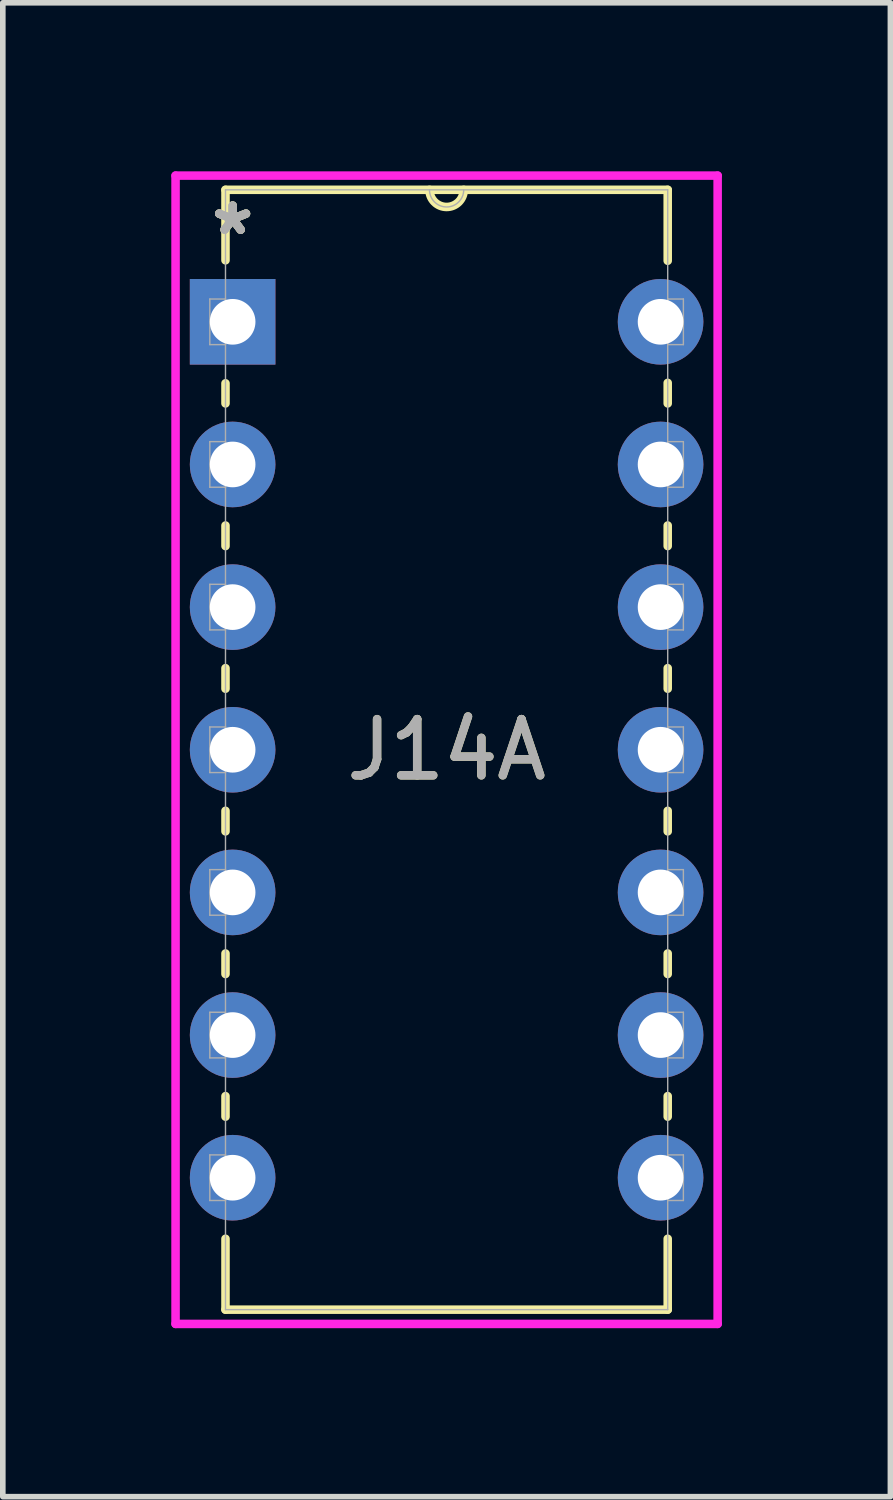
<source format=kicad_pcb>
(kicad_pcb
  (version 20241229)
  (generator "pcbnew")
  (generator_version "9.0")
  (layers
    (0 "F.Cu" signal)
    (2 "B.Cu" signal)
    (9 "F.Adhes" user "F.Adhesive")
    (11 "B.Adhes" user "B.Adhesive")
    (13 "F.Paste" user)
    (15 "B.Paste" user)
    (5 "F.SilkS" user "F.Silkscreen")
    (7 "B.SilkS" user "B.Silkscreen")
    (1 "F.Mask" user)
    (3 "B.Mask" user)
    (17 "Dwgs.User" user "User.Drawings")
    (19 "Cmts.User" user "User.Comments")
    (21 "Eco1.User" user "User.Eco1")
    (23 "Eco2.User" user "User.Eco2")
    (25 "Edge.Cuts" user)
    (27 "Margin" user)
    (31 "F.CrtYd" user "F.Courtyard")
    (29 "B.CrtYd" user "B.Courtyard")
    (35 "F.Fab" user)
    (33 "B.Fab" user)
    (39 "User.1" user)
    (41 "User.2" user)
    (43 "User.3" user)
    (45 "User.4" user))
  (footprint "J14A"
    (layer "F.Cu")
    (at 8.712 17.92)
    (property "Reference" "J14A" (at -3.81 -7.62 0) (unlocked yes) (layer "F.SilkS") (effects (font (size 1 1) (thickness 0.15))))
    (attr through_hole)
    (fp_line (start -7.747 -17.59) (end -7.747 -16.335) (stroke (width 0.152) (type solid)) (layer "F.SilkS"))
    (fp_line (start -7.747 -14.145) (end -7.747 -13.787) (stroke (width 0.152) (type solid)) (layer "F.SilkS"))
    (fp_line (start -7.747 -11.613) (end -7.747 -11.247) (stroke (width 0.152) (type solid)) (layer "F.SilkS"))
    (fp_line (start -7.747 -9.073) (end -7.747 -8.707) (stroke (width 0.152) (type solid)) (layer "F.SilkS"))
    (fp_line (start -7.747 -6.533) (end -7.747 -6.167) (stroke (width 0.152) (type solid)) (layer "F.SilkS"))
    (fp_line (start -7.747 -3.993) (end -7.747 -3.627) (stroke (width 0.152) (type solid)) (layer "F.SilkS"))
    (fp_line (start -7.747 -1.453) (end -7.747 -1.087) (stroke (width 0.152) (type solid)) (layer "F.SilkS"))
    (fp_line (start -7.747 1.087) (end -7.747 2.349) (stroke (width 0.152) (type solid)) (layer "F.SilkS"))
    (fp_line (start -7.747 2.349) (end 0.127 2.349) (stroke (width 0.152) (type solid)) (layer "F.SilkS"))
    (fp_line (start 0.127 -17.59) (end -7.747 -17.59) (stroke (width 0.152) (type solid)) (layer "F.SilkS"))
    (fp_line (start 0.127 -16.327) (end 0.127 -17.59) (stroke (width 0.152) (type solid)) (layer "F.SilkS"))
    (fp_line (start 0.127 -13.787) (end 0.127 -14.153) (stroke (width 0.152) (type solid)) (layer "F.SilkS"))
    (fp_line (start 0.127 -11.247) (end 0.127 -11.613) (stroke (width 0.152) (type solid)) (layer "F.SilkS"))
    (fp_line (start 0.127 -8.707) (end 0.127 -9.073) (stroke (width 0.152) (type solid)) (layer "F.SilkS"))
    (fp_line (start 0.127 -6.167) (end 0.127 -6.533) (stroke (width 0.152) (type solid)) (layer "F.SilkS"))
    (fp_line (start 0.127 -3.627) (end 0.127 -3.993) (stroke (width 0.152) (type solid)) (layer "F.SilkS"))
    (fp_line (start 0.127 -1.087) (end 0.127 -1.453) (stroke (width 0.152) (type solid)) (layer "F.SilkS"))
    (fp_line (start 0.127 2.349) (end 0.127 1.087) (stroke (width 0.152) (type solid)) (layer "F.SilkS"))
    (fp_arc (start -3.5052 -17.5895) (mid -3.81 -17.2847) (end -4.1148 -17.5895) (stroke (width 0.1524) (type solid)) (layer "F.SilkS"))
    (fp_line (start -8.636 -17.843) (end -8.636 2.603) (stroke (width 0.152) (type solid)) (layer "F.CrtYd"))
    (fp_line (start -8.636 2.603) (end 1.016 2.603) (stroke (width 0.152) (type solid)) (layer "F.CrtYd"))
    (fp_line (start 1.016 -17.843) (end -8.636 -17.843) (stroke (width 0.152) (type solid)) (layer "F.CrtYd"))
    (fp_line (start 1.016 2.603) (end 1.016 -17.843) (stroke (width 0.152) (type solid)) (layer "F.CrtYd"))
    (fp_line (start -8.026 -15.646) (end -8.026 -14.834) (stroke (width 0.025) (type solid)) (layer "F.Fab"))
    (fp_line (start -8.026 -14.834) (end -7.747 -14.834) (stroke (width 0.025) (type solid)) (layer "F.Fab"))
    (fp_line (start -8.026 -13.106) (end -8.026 -12.294) (stroke (width 0.025) (type solid)) (layer "F.Fab"))
    (fp_line (start -8.026 -12.294) (end -7.747 -12.294) (stroke (width 0.025) (type solid)) (layer "F.Fab"))
    (fp_line (start -8.026 -10.566) (end -8.026 -9.754) (stroke (width 0.025) (type solid)) (layer "F.Fab"))
    (fp_line (start -8.026 -9.754) (end -7.747 -9.754) (stroke (width 0.025) (type solid)) (layer "F.Fab"))
    (fp_line (start -8.026 -8.026) (end -8.026 -7.214) (stroke (width 0.025) (type solid)) (layer "F.Fab"))
    (fp_line (start -8.026 -7.214) (end -7.747 -7.214) (stroke (width 0.025) (type solid)) (layer "F.Fab"))
    (fp_line (start -8.026 -5.486) (end -8.026 -4.674) (stroke (width 0.025) (type solid)) (layer "F.Fab"))
    (fp_line (start -8.026 -4.674) (end -7.747 -4.674) (stroke (width 0.025) (type solid)) (layer "F.Fab"))
    (fp_line (start -8.026 -2.946) (end -8.026 -2.134) (stroke (width 0.025) (type solid)) (layer "F.Fab"))
    (fp_line (start -8.026 -2.134) (end -7.747 -2.134) (stroke (width 0.025) (type solid)) (layer "F.Fab"))
    (fp_line (start -8.026 -0.406) (end -8.026 0.406) (stroke (width 0.025) (type solid)) (layer "F.Fab"))
    (fp_line (start -8.026 0.406) (end -7.747 0.406) (stroke (width 0.025) (type solid)) (layer "F.Fab"))
    (fp_line (start -7.747 -17.59) (end -7.747 2.349) (stroke (width 0.025) (type solid)) (layer "F.Fab"))
    (fp_line (start -7.747 -15.646) (end -8.026 -15.646) (stroke (width 0.025) (type solid)) (layer "F.Fab"))
    (fp_line (start -7.747 -14.834) (end -7.747 -15.646) (stroke (width 0.025) (type solid)) (layer "F.Fab"))
    (fp_line (start -7.747 -13.106) (end -8.026 -13.106) (stroke (width 0.025) (type solid)) (layer "F.Fab"))
    (fp_line (start -7.747 -12.294) (end -7.747 -13.106) (stroke (width 0.025) (type solid)) (layer "F.Fab"))
    (fp_line (start -7.747 -10.566) (end -8.026 -10.566) (stroke (width 0.025) (type solid)) (layer "F.Fab"))
    (fp_line (start -7.747 -9.754) (end -7.747 -10.566) (stroke (width 0.025) (type solid)) (layer "F.Fab"))
    (fp_line (start -7.747 -8.026) (end -8.026 -8.026) (stroke (width 0.025) (type solid)) (layer "F.Fab"))
    (fp_line (start -7.747 -7.214) (end -7.747 -8.026) (stroke (width 0.025) (type solid)) (layer "F.Fab"))
    (fp_line (start -7.747 -5.486) (end -8.026 -5.486) (stroke (width 0.025) (type solid)) (layer "F.Fab"))
    (fp_line (start -7.747 -4.674) (end -7.747 -5.486) (stroke (width 0.025) (type solid)) (layer "F.Fab"))
    (fp_line (start -7.747 -2.946) (end -8.026 -2.946) (stroke (width 0.025) (type solid)) (layer "F.Fab"))
    (fp_line (start -7.747 -2.134) (end -7.747 -2.946) (stroke (width 0.025) (type solid)) (layer "F.Fab"))
    (fp_line (start -7.747 -0.406) (end -8.026 -0.406) (stroke (width 0.025) (type solid)) (layer "F.Fab"))
    (fp_line (start -7.747 0.406) (end -7.747 -0.406) (stroke (width 0.025) (type solid)) (layer "F.Fab"))
    (fp_line (start -7.747 2.349) (end 0.127 2.349) (stroke (width 0.025) (type solid)) (layer "F.Fab"))
    (fp_line (start 0.127 -17.59) (end -7.747 -17.59) (stroke (width 0.025) (type solid)) (layer "F.Fab"))
    (fp_line (start 0.127 -15.646) (end 0.127 -14.834) (stroke (width 0.025) (type solid)) (layer "F.Fab"))
    (fp_line (start 0.127 -14.834) (end 0.406 -14.834) (stroke (width 0.025) (type solid)) (layer "F.Fab"))
    (fp_line (start 0.127 -13.106) (end 0.127 -12.294) (stroke (width 0.025) (type solid)) (layer "F.Fab"))
    (fp_line (start 0.127 -12.294) (end 0.406 -12.294) (stroke (width 0.025) (type solid)) (layer "F.Fab"))
    (fp_line (start 0.127 -10.566) (end 0.127 -9.754) (stroke (width 0.025) (type solid)) (layer "F.Fab"))
    (fp_line (start 0.127 -9.754) (end 0.406 -9.754) (stroke (width 0.025) (type solid)) (layer "F.Fab"))
    (fp_line (start 0.127 -8.026) (end 0.127 -7.214) (stroke (width 0.025) (type solid)) (layer "F.Fab"))
    (fp_line (start 0.127 -7.214) (end 0.406 -7.214) (stroke (width 0.025) (type solid)) (layer "F.Fab"))
    (fp_line (start 0.127 -5.486) (end 0.127 -4.674) (stroke (width 0.025) (type solid)) (layer "F.Fab"))
    (fp_line (start 0.127 -4.674) (end 0.406 -4.674) (stroke (width 0.025) (type solid)) (layer "F.Fab"))
    (fp_line (start 0.127 -2.946) (end 0.127 -2.134) (stroke (width 0.025) (type solid)) (layer "F.Fab"))
    (fp_line (start 0.127 -2.134) (end 0.406 -2.134) (stroke (width 0.025) (type solid)) (layer "F.Fab"))
    (fp_line (start 0.127 -0.406) (end 0.127 0.406) (stroke (width 0.025) (type solid)) (layer "F.Fab"))
    (fp_line (start 0.127 0.406) (end 0.406 0.406) (stroke (width 0.025) (type solid)) (layer "F.Fab"))
    (fp_line (start 0.127 2.349) (end 0.127 -17.59) (stroke (width 0.025) (type solid)) (layer "F.Fab"))
    (fp_line (start 0.406 -15.646) (end 0.127 -15.646) (stroke (width 0.025) (type solid)) (layer "F.Fab"))
    (fp_line (start 0.406 -14.834) (end 0.406 -15.646) (stroke (width 0.025) (type solid)) (layer "F.Fab"))
    (fp_line (start 0.406 -13.106) (end 0.127 -13.106) (stroke (width 0.025) (type solid)) (layer "F.Fab"))
    (fp_line (start 0.406 -12.294) (end 0.406 -13.106) (stroke (width 0.025) (type solid)) (layer "F.Fab"))
    (fp_line (start 0.406 -10.566) (end 0.127 -10.566) (stroke (width 0.025) (type solid)) (layer "F.Fab"))
    (fp_line (start 0.406 -9.754) (end 0.406 -10.566) (stroke (width 0.025) (type solid)) (layer "F.Fab"))
    (fp_line (start 0.406 -8.026) (end 0.127 -8.026) (stroke (width 0.025) (type solid)) (layer "F.Fab"))
    (fp_line (start 0.406 -7.214) (end 0.406 -8.026) (stroke (width 0.025) (type solid)) (layer "F.Fab"))
    (fp_line (start 0.406 -5.486) (end 0.127 -5.486) (stroke (width 0.025) (type solid)) (layer "F.Fab"))
    (fp_line (start 0.406 -4.674) (end 0.406 -5.486) (stroke (width 0.025) (type solid)) (layer "F.Fab"))
    (fp_line (start 0.406 -2.946) (end 0.127 -2.946) (stroke (width 0.025) (type solid)) (layer "F.Fab"))
    (fp_line (start 0.406 -2.134) (end 0.406 -2.946) (stroke (width 0.025) (type solid)) (layer "F.Fab"))
    (fp_line (start 0.406 -0.406) (end 0.127 -0.406) (stroke (width 0.025) (type solid)) (layer "F.Fab"))
    (fp_line (start 0.406 0.406) (end 0.406 -0.406) (stroke (width 0.025) (type solid)) (layer "F.Fab"))
    (fp_arc (start -3.5052 -17.5895) (mid -3.81 -17.2847) (end -4.1148 -17.5895) (stroke (width 0.0254) (type solid)) (layer "F.Fab"))
    (fp_text user "*" (at -7.62 -16.764 0) (layer "F.SilkS") (effects (font (size 1 1) (thickness 0.15))))
    (fp_text user "*" (at -7.62 -16.764 0) (unlocked yes) (layer "F.SilkS") (effects (font (size 1 1) (thickness 0.15))))
    (fp_text user "*" (at -7.62 -16.764 0) (unlocked yes) (layer "F.Fab") (effects (font (size 1 1) (thickness 0.15))))
    (fp_text user "*" (at -7.62 -16.764 0) (layer "F.Fab") (effects (font (size 1 1) (thickness 0.15))))
    (fp_text user "${REFERENCE}" (at -3.81 -7.62 0) (unlocked yes) (layer "F.Fab") (effects (font (size 1 1) (thickness 0.15))))
    (pad "1" thru_hole rect (at -7.62 -15.24) (size 1.524 1.524) (drill 0.813) (layers "*.Cu" "*.Mask"))
    (pad "2" thru_hole circle (at -7.62 -12.7) (size 1.524 1.524) (drill 0.813) (layers "*.Cu" "*.Mask"))
    (pad "3" thru_hole circle (at -7.62 -10.16) (size 1.524 1.524) (drill 0.813) (layers "*.Cu" "*.Mask"))
    (pad "4" thru_hole circle (at -7.62 -7.62) (size 1.524 1.524) (drill 0.813) (layers "*.Cu" "*.Mask"))
    (pad "5" thru_hole circle (at -7.62 -5.08) (size 1.524 1.524) (drill 0.813) (layers "*.Cu" "*.Mask"))
    (pad "6" thru_hole circle (at -7.62 -2.54) (size 1.524 1.524) (drill 0.813) (layers "*.Cu" "*.Mask"))
    (pad "7" thru_hole circle (at -7.62 0) (size 1.524 1.524) (drill 0.813) (layers "*.Cu" "*.Mask"))
    (pad "8" thru_hole circle (at 0 0) (size 1.524 1.524) (drill 0.813) (layers "*.Cu" "*.Mask"))
    (pad "9" thru_hole circle (at 0 -2.54) (size 1.524 1.524) (drill 0.813) (layers "*.Cu" "*.Mask"))
    (pad "10" thru_hole circle (at 0 -5.08) (size 1.524 1.524) (drill 0.813) (layers "*.Cu" "*.Mask"))
    (pad "11" thru_hole circle (at 0 -7.62) (size 1.524 1.524) (drill 0.813) (layers "*.Cu" "*.Mask"))
    (pad "12" thru_hole circle (at 0 -10.16) (size 1.524 1.524) (drill 0.813) (layers "*.Cu" "*.Mask"))
    (pad "13" thru_hole circle (at 0 -12.7) (size 1.524 1.524) (drill 0.813) (layers "*.Cu" "*.Mask"))
    (pad "14" thru_hole circle (at 0 -15.24) (size 1.524 1.524) (drill 0.813) (layers "*.Cu" "*.Mask")))
  (gr_rect
    (start -3 -3)
    (end 12.804 23.599)
    (stroke (width 0.1) (type default))
    (fill no)
    (layer "Edge.Cuts")))
</source>
